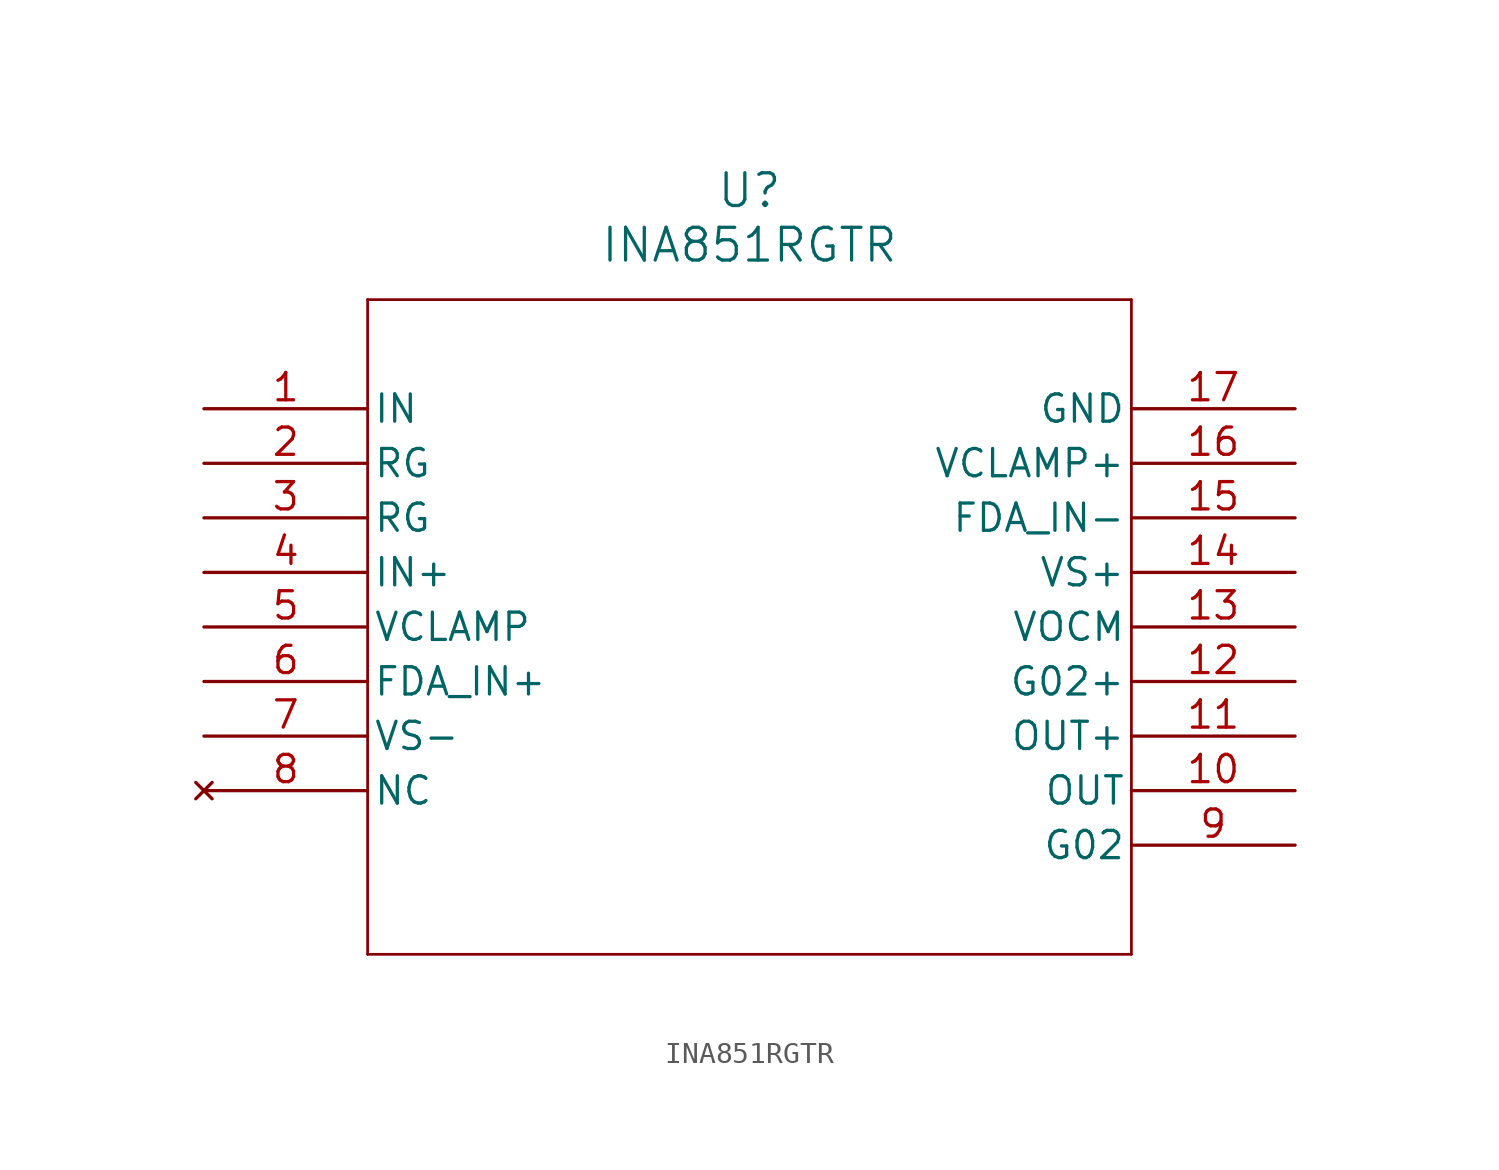
<source format=kicad_sym>
(kicad_symbol_lib
  (version 20211014)
  (generator kicad_symbol_editor)
  (symbol "INA851RGTR"
    (pin_names
      (offset 0.254))
    (property "Reference" "U"
      (at 25.4 10.16 0)
      (effects (font (size 1.524 1.524))))
    (property "Value" "INA851RGTR"
      (at 25.4 7.62 0)
      (effects (font (size 1.524 1.524))))
    (symbol "INA851RGTR_0_1"
      (polyline (pts (xy 7.62 5.08) (xy 7.62 -25.4)) (stroke (width 0.127) (type default) (color 0 0 0 0)) (fill (type none)))
      (polyline (pts (xy 7.62 -25.4) (xy 43.18 -25.4)) (stroke (width 0.127) (type default) (color 0 0 0 0)) (fill (type none)))
      (polyline (pts (xy 43.18 -25.4) (xy 43.18 5.08)) (stroke (width 0.127) (type default) (color 0 0 0 0)) (fill (type none)))
      (polyline (pts (xy 43.18 5.08) (xy 7.62 5.08)) (stroke (width 0.127) (type default) (color 0 0 0 0)) (fill (type none)))
      (pin input line (at 0 0 0) (length 7.62) (name "IN" (effects (font (size 1.27 1.27)))) (number "1" (effects (font (size 1.27 1.27)))))
      (pin unspecified line (at 0 -2.54 0) (length 7.62) (name "RG" (effects (font (size 1.27 1.27)))) (number "2" (effects (font (size 1.27 1.27)))))
      (pin unspecified line (at 0 -5.08 0) (length 7.62) (name "RG" (effects (font (size 1.27 1.27)))) (number "3" (effects (font (size 1.27 1.27)))))
      (pin input line (at 0 -7.62 0) (length 7.62) (name "IN+" (effects (font (size 1.27 1.27)))) (number "4" (effects (font (size 1.27 1.27)))))
      (pin input line (at 0 -10.16 0) (length 7.62) (name "VCLAMP" (effects (font (size 1.27 1.27)))) (number "5" (effects (font (size 1.27 1.27)))))
      (pin input line (at 0 -12.7 0) (length 7.62) (name "FDA_IN+" (effects (font (size 1.27 1.27)))) (number "6" (effects (font (size 1.27 1.27)))))
      (pin power_out line (at 0 -15.24 0) (length 7.62) (name "VS-" (effects (font (size 1.27 1.27)))) (number "7" (effects (font (size 1.27 1.27)))))
      (pin no_connect line (at 0 -17.78 0) (length 7.62) (name "NC" (effects (font (size 1.27 1.27)))) (number "8" (effects (font (size 1.27 1.27)))))
      (pin bidirectional line (at 50.8 -20.32 180) (length 7.62) (name "G02" (effects (font (size 1.27 1.27)))) (number "9" (effects (font (size 1.27 1.27)))))
      (pin output line (at 50.8 -17.78 180) (length 7.62) (name "OUT" (effects (font (size 1.27 1.27)))) (number "10" (effects (font (size 1.27 1.27)))))
      (pin output line (at 50.8 -15.24 180) (length 7.62) (name "OUT+" (effects (font (size 1.27 1.27)))) (number "11" (effects (font (size 1.27 1.27)))))
      (pin bidirectional line (at 50.8 -12.7 180) (length 7.62) (name "G02+" (effects (font (size 1.27 1.27)))) (number "12" (effects (font (size 1.27 1.27)))))
      (pin input line (at 50.8 -10.16 180) (length 7.62) (name "VOCM" (effects (font (size 1.27 1.27)))) (number "13" (effects (font (size 1.27 1.27)))))
      (pin power_in line (at 50.8 -7.62 180) (length 7.62) (name "VS+" (effects (font (size 1.27 1.27)))) (number "14" (effects (font (size 1.27 1.27)))))
      (pin input line (at 50.8 -5.08 180) (length 7.62) (name "FDA_IN-" (effects (font (size 1.27 1.27)))) (number "15" (effects (font (size 1.27 1.27)))))
      (pin input line (at 50.8 -2.54 180) (length 7.62) (name "VCLAMP+" (effects (font (size 1.27 1.27)))) (number "16" (effects (font (size 1.27 1.27)))))
      (pin power_out line (at 50.8 0 180) (length 7.62) (name "GND" (effects (font (size 1.27 1.27)))) (number "17" (effects (font (size 1.27 1.27))))))))
</source>
